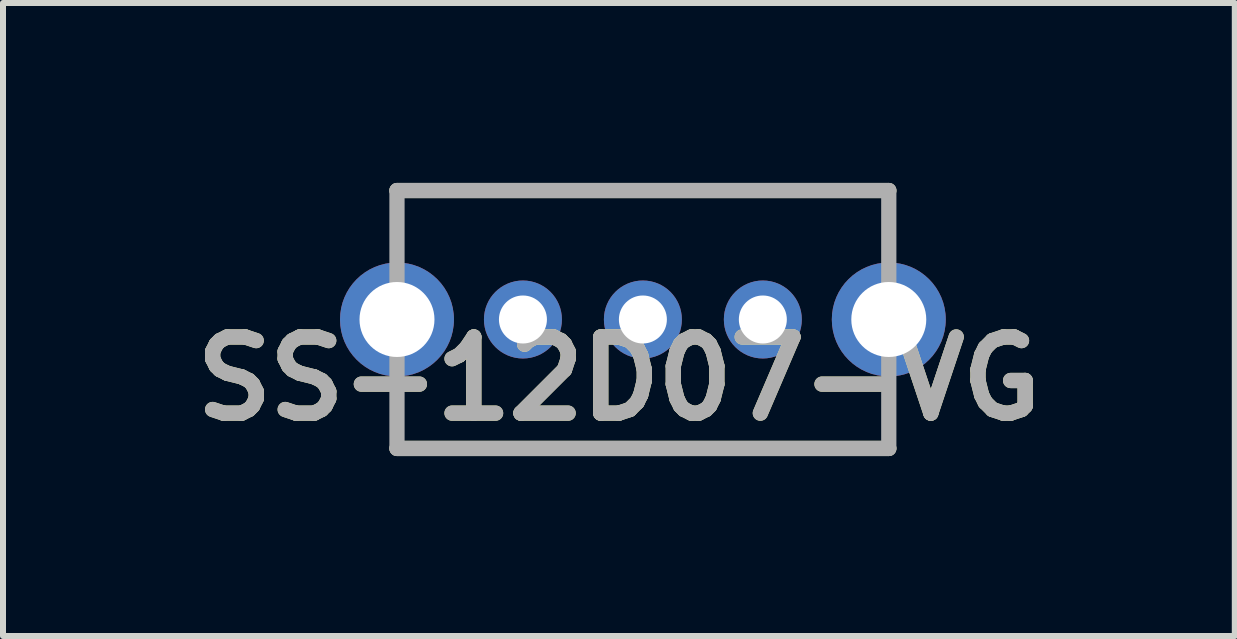
<source format=kicad_pcb>
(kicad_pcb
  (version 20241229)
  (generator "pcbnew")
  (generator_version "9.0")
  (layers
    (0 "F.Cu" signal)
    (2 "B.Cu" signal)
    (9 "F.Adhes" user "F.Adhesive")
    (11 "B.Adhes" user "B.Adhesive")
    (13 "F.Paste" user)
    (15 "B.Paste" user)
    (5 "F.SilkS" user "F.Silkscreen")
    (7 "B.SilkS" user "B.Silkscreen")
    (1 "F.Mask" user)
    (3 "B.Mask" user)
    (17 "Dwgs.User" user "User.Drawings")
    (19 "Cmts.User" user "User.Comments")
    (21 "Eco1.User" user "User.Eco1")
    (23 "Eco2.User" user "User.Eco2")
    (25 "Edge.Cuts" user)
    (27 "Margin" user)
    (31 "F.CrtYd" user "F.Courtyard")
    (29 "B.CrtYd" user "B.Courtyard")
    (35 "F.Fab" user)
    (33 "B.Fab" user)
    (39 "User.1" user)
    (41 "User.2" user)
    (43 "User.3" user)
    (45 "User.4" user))
  (footprint "SS-12D07-VG"
    (layer "F.Cu")
    (at 7.669 2.277)
    (property "Reference" "SS-12D07-VG" (at -0.4 0.987 0) (layer "F.SilkS") (effects (font (size 1.27 1.27) (thickness 0.254))))
    (attr through_hole)
    (fp_line (start -4.1 -2.15) (end 4.1 -2.15) (stroke (width 0.254) (type solid)) (layer "F.SilkS"))
    (fp_line (start 4.1 2.15) (end -4.1 2.15) (stroke (width 0.254) (type solid)) (layer "F.SilkS"))
    (fp_line (start -4.1 -2.15) (end 4.1 -2.15) (stroke (width 0.254) (type solid)) (layer "F.Fab"))
    (fp_line (start -4.1 2.15) (end -4.1 -2.15) (stroke (width 0.254) (type solid)) (layer "F.Fab"))
    (fp_line (start 4.1 -2.15) (end 4.1 2.15) (stroke (width 0.254) (type solid)) (layer "F.Fab"))
    (fp_line (start 4.1 2.15) (end -4.1 2.15) (stroke (width 0.254) (type solid)) (layer "F.Fab"))
    (fp_text user "${REFERENCE}" (at -0.4 0.987 0) (layer "F.Fab") (effects (font (size 1.27 1.27) (thickness 0.254))))
    (pad "1" thru_hole circle (at -2 0) (size 1.3 1.3) (drill 0.8) (layers "*.Cu" "*.Mask"))
    (pad "2" thru_hole circle (at 0 0) (size 1.3 1.3) (drill 0.8) (layers "*.Cu" "*.Mask"))
    (pad "3" thru_hole circle (at 2 0) (size 1.3 1.3) (drill 0.8) (layers "*.Cu" "*.Mask"))
    (pad "4" thru_hole circle (at -4.1 0) (size 1.9 1.9) (drill 1.25) (layers "*.Cu" "*.Mask"))
    (pad "5" thru_hole circle (at 4.1 0) (size 1.9 1.9) (drill 1.25) (layers "*.Cu" "*.Mask")))
  (gr_rect
    (start -3 -3)
    (end 17.538 7.554)
    (stroke (width 0.1) (type default))
    (fill no)
    (layer "Edge.Cuts")))
</source>
